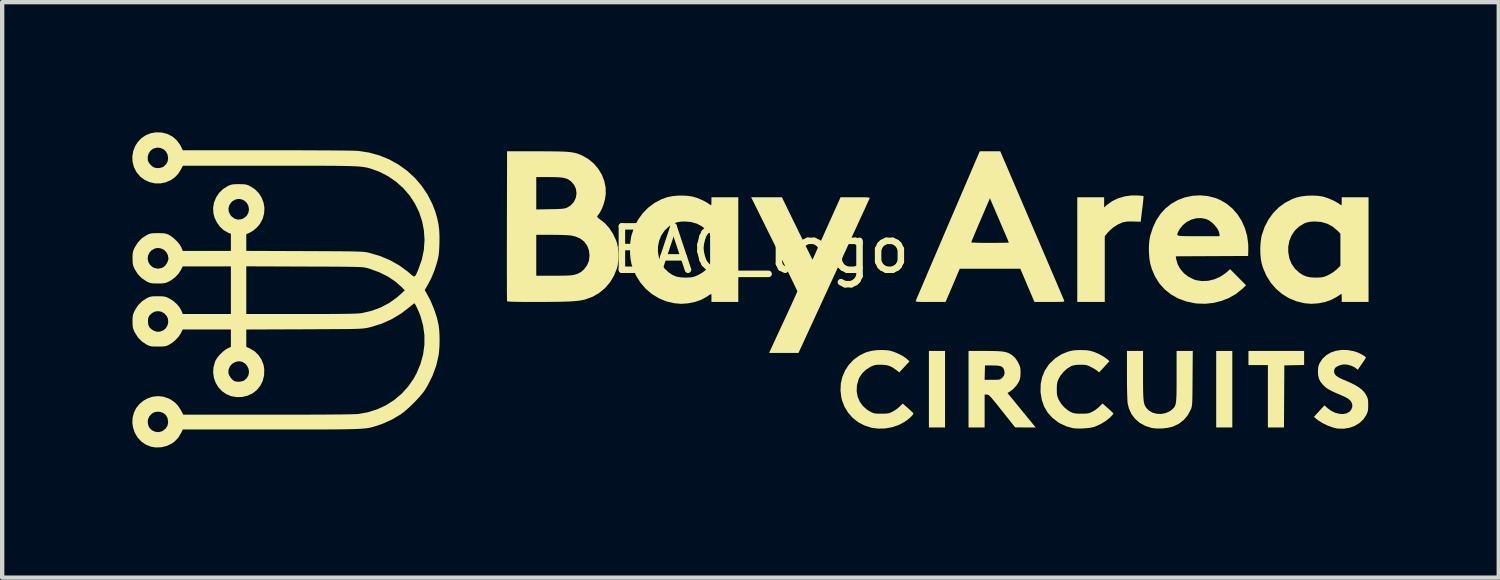
<source format=kicad_pcb>
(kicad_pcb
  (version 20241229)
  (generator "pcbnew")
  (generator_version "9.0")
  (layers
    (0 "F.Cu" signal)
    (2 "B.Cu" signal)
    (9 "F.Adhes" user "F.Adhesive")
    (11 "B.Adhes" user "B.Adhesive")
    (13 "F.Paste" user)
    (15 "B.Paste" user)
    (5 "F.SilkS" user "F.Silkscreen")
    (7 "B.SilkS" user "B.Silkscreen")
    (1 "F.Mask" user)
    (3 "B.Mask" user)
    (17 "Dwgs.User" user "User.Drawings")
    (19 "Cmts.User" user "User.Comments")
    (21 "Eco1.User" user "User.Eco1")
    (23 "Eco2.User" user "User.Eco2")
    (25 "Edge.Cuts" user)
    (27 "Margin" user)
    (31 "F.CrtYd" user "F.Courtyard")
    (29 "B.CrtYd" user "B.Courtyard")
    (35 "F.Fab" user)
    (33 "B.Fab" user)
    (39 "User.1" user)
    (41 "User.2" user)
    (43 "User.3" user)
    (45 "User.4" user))
  (footprint "BAC_logo"
    (layer "F.Cu")
    (at 14.473 3.212)
    (property "Reference" "BAC_logo" (at 0 -0.5 0) (unlocked yes) (layer "F.SilkS") (effects (font (size 1 1) (thickness 0.15))))
    (attr smd board_only exclude_from_pos_files exclude_from_bom)
    (fp_poly (pts (xy 4.257 3.589) (xy 3.885 3.589) (xy 3.885 1.826) (xy 4.257 1.826)) (stroke (width 0) (type solid)) (fill yes) (layer "F.SilkS"))
    (fp_poly (pts (xy 10.877 3.589) (xy 10.506 3.589) (xy 10.506 1.826) (xy 10.877 1.826)) (stroke (width 0) (type solid)) (fill yes) (layer "F.SilkS"))
    (fp_poly (pts (xy 12.532 2.15) (xy 12.304 2.154) (xy 12.076 2.159) (xy 12.072 2.874) (xy 12.068 3.589) (xy 11.697 3.589) (xy 11.697 2.151) (xy 11.249 2.151) (xy 11.249 1.826) (xy 12.532 1.826)) (stroke (width 0) (type solid)) (fill yes) (layer "F.SilkS"))
    (fp_poly (pts (xy 8.748 -1.753) (xy 8.797 -1.748) (xy 8.826 -1.744) (xy 8.83 -1.742) (xy 8.831 -1.725) (xy 8.828 -1.682) (xy 8.822 -1.619) (xy 8.813 -1.539) (xy 8.802 -1.448) (xy 8.801 -1.443) (xy 8.765 -1.152) (xy 8.599 -1.157) (xy 8.51 -1.158) (xy 8.441 -1.155) (xy 8.384 -1.145) (xy 8.344 -1.135) (xy 8.243 -1.091) (xy 8.141 -1.026) (xy 8.049 -0.948) (xy 8.004 -0.899) (xy 7.938 -0.818) (xy 7.938 0.697) (xy 7.304 0.697) (xy 7.304 -1.716) (xy 7.923 -1.716) (xy 7.923 -1.482) (xy 7.995 -1.546) (xy 8.109 -1.627) (xy 8.244 -1.691) (xy 8.393 -1.735) (xy 8.549 -1.758) (xy 8.686 -1.758)) (stroke (width 0) (type solid)) (fill yes) (layer "F.SilkS"))
    (fp_poly (pts (xy 0.717 -1.264) (xy 0.779 -1.138) (xy 0.843 -1.007) (xy 0.906 -0.877) (xy 0.966 -0.754) (xy 1.02 -0.645) (xy 1.063 -0.557) (xy 1.07 -0.544) (xy 1.202 -0.276) (xy 1.525 -0.996) (xy 1.849 -1.716) (xy 2.188 -1.716) (xy 2.299 -1.716) (xy 2.383 -1.716) (xy 2.442 -1.714) (xy 2.482 -1.712) (xy 2.506 -1.708) (xy 2.517 -1.702) (xy 2.519 -1.695) (xy 2.517 -1.689) (xy 2.509 -1.672) (xy 2.49 -1.629) (xy 2.458 -1.56) (xy 2.417 -1.469) (xy 2.365 -1.357) (xy 2.304 -1.225) (xy 2.236 -1.075) (xy 2.159 -0.909) (xy 2.076 -0.728) (xy 1.988 -0.535) (xy 1.894 -0.331) (xy 1.796 -0.118) (xy 1.694 0.103) (xy 1.693 0.105) (xy 0.879 1.872) (xy 0.203 1.872) (xy 0.225 1.822) (xy 0.236 1.798) (xy 0.258 1.749) (xy 0.291 1.678) (xy 0.333 1.588) (xy 0.382 1.482) (xy 0.437 1.363) (xy 0.496 1.235) (xy 0.55 1.119) (xy 0.612 0.986) (xy 0.669 0.862) (xy 0.721 0.749) (xy 0.766 0.65) (xy 0.803 0.567) (xy 0.831 0.505) (xy 0.848 0.465) (xy 0.853 0.451) (xy 0.847 0.435) (xy 0.827 0.394) (xy 0.796 0.329) (xy 0.755 0.243) (xy 0.703 0.137) (xy 0.644 0.015) (xy 0.576 -0.122) (xy 0.503 -0.272) (xy 0.424 -0.432) (xy 0.34 -0.601) (xy 0.321 -0.64) (xy -0.212 -1.716) (xy 0.497 -1.716)) (stroke (width 0) (type solid)) (fill yes) (layer "F.SilkS"))
    (fp_poly (pts (xy 8.82 2.388) (xy 8.82 2.548) (xy 8.821 2.68) (xy 8.823 2.787) (xy 8.826 2.874) (xy 8.831 2.943) (xy 8.838 2.997) (xy 8.847 3.039) (xy 8.858 3.074) (xy 8.873 3.104) (xy 8.891 3.132) (xy 8.896 3.14) (xy 8.96 3.204) (xy 9.042 3.249) (xy 9.136 3.274) (xy 9.235 3.278) (xy 9.333 3.261) (xy 9.424 3.222) (xy 9.481 3.182) (xy 9.508 3.157) (xy 9.53 3.135) (xy 9.548 3.11) (xy 9.562 3.08) (xy 9.573 3.042) (xy 9.581 2.993) (xy 9.586 2.929) (xy 9.59 2.848) (xy 9.592 2.746) (xy 9.593 2.62) (xy 9.593 2.468) (xy 9.593 2.418) (xy 9.593 1.826) (xy 9.966 1.826) (xy 9.961 2.456) (xy 9.96 2.613) (xy 9.959 2.741) (xy 9.958 2.845) (xy 9.956 2.928) (xy 9.954 2.993) (xy 9.951 3.043) (xy 9.947 3.081) (xy 9.942 3.11) (xy 9.936 3.135) (xy 9.928 3.157) (xy 9.921 3.175) (xy 9.853 3.304) (xy 9.762 3.413) (xy 9.65 3.501) (xy 9.52 3.564) (xy 9.488 3.575) (xy 9.386 3.598) (xy 9.27 3.612) (xy 9.153 3.614) (xy 9.047 3.605) (xy 9.011 3.598) (xy 8.866 3.551) (xy 8.74 3.481) (xy 8.635 3.389) (xy 8.552 3.278) (xy 8.494 3.15) (xy 8.465 3.033) (xy 8.461 2.993) (xy 8.458 2.927) (xy 8.455 2.839) (xy 8.452 2.732) (xy 8.45 2.612) (xy 8.449 2.482) (xy 8.449 2.379) (xy 8.449 1.826) (xy 8.82 1.826)) (stroke (width 0) (type solid)) (fill yes) (layer "F.SilkS"))
    (fp_poly (pts (xy 5.321 1.827) (xy 5.435 1.829) (xy 5.527 1.834) (xy 5.6 1.842) (xy 5.659 1.854) (xy 5.709 1.87) (xy 5.753 1.892) (xy 5.795 1.919) (xy 5.813 1.932) (xy 5.872 1.986) (xy 5.921 2.056) (xy 5.943 2.096) (xy 5.971 2.154) (xy 5.987 2.201) (xy 5.995 2.249) (xy 5.997 2.313) (xy 5.997 2.327) (xy 5.993 2.408) (xy 5.983 2.47) (xy 5.964 2.523) (xy 5.904 2.621) (xy 5.823 2.708) (xy 5.762 2.754) (xy 5.696 2.796) (xy 5.778 2.895) (xy 5.811 2.935) (xy 5.86 2.995) (xy 5.92 3.069) (xy 5.988 3.152) (xy 6.06 3.241) (xy 6.102 3.292) (xy 6.345 3.589) (xy 6.109 3.589) (xy 5.873 3.588) (xy 5.572 3.21) (xy 5.488 3.104) (xy 5.421 3.02) (xy 5.367 2.955) (xy 5.327 2.907) (xy 5.295 2.873) (xy 5.272 2.851) (xy 5.253 2.839) (xy 5.238 2.833) (xy 5.222 2.831) (xy 5.221 2.831) (xy 5.169 2.831) (xy 5.169 3.589) (xy 4.798 3.589) (xy 4.798 2.491) (xy 5.168 2.491) (xy 5.345 2.491) (xy 5.423 2.491) (xy 5.476 2.489) (xy 5.512 2.484) (xy 5.537 2.475) (xy 5.558 2.461) (xy 5.57 2.451) (xy 5.613 2.397) (xy 5.63 2.331) (xy 5.619 2.262) (xy 5.617 2.258) (xy 5.597 2.219) (xy 5.57 2.192) (xy 5.531 2.175) (xy 5.474 2.165) (xy 5.394 2.161) (xy 5.35 2.16) (xy 5.177 2.159) (xy 5.173 2.325) (xy 5.168 2.491) (xy 4.798 2.491) (xy 4.798 1.826) (xy 5.18 1.826)) (stroke (width 0) (type solid)) (fill yes) (layer "F.SilkS"))
    (fp_poly (pts (xy 2.933 1.811) (xy 3.004 1.824) (xy 3.094 1.853) (xy 3.19 1.894) (xy 3.28 1.941) (xy 3.353 1.991) (xy 3.372 2.007) (xy 3.437 2.066) (xy 3.203 2.32) (xy 3.13 2.264) (xy 3.049 2.207) (xy 2.974 2.171) (xy 2.896 2.151) (xy 2.801 2.144) (xy 2.779 2.144) (xy 2.708 2.144) (xy 2.657 2.149) (xy 2.614 2.16) (xy 2.567 2.179) (xy 2.536 2.194) (xy 2.432 2.26) (xy 2.344 2.345) (xy 2.28 2.444) (xy 2.262 2.486) (xy 2.226 2.62) (xy 2.22 2.751) (xy 2.241 2.875) (xy 2.289 2.991) (xy 2.362 3.093) (xy 2.459 3.18) (xy 2.531 3.223) (xy 2.576 3.246) (xy 2.613 3.26) (xy 2.653 3.268) (xy 2.704 3.271) (xy 2.775 3.272) (xy 2.787 3.272) (xy 2.865 3.271) (xy 2.92 3.268) (xy 2.964 3.26) (xy 3.005 3.246) (xy 3.037 3.231) (xy 3.096 3.197) (xy 3.16 3.152) (xy 3.203 3.114) (xy 3.282 3.039) (xy 3.402 3.144) (xy 3.452 3.189) (xy 3.493 3.228) (xy 3.52 3.254) (xy 3.526 3.263) (xy 3.52 3.286) (xy 3.492 3.322) (xy 3.448 3.365) (xy 3.393 3.411) (xy 3.332 3.455) (xy 3.33 3.457) (xy 3.193 3.531) (xy 3.04 3.583) (xy 2.878 3.612) (xy 2.715 3.616) (xy 2.563 3.596) (xy 2.402 3.545) (xy 2.258 3.47) (xy 2.131 3.371) (xy 2.025 3.252) (xy 1.941 3.115) (xy 1.882 2.962) (xy 1.867 2.901) (xy 1.847 2.735) (xy 1.855 2.574) (xy 1.891 2.421) (xy 1.953 2.277) (xy 2.038 2.147) (xy 2.145 2.033) (xy 2.272 1.938) (xy 2.418 1.865) (xy 2.47 1.847) (xy 2.574 1.822) (xy 2.694 1.807) (xy 2.818 1.804)) (stroke (width 0) (type solid)) (fill yes) (layer "F.SilkS"))
    (fp_poly (pts (xy 10.315 -1.743) (xy 10.487 -1.699) (xy 10.591 -1.656) (xy 10.744 -1.568) (xy 10.88 -1.455) (xy 10.997 -1.322) (xy 11.094 -1.17) (xy 11.168 -1.003) (xy 11.219 -0.824) (xy 11.244 -0.636) (xy 11.246 -0.502) (xy 11.241 -0.363) (xy 10.407 -0.359) (xy 9.574 -0.355) (xy 9.584 -0.289) (xy 9.618 -0.171) (xy 9.679 -0.062) (xy 9.762 0.035) (xy 9.864 0.115) (xy 9.982 0.174) (xy 10.047 0.196) (xy 10.181 0.216) (xy 10.321 0.209) (xy 10.46 0.176) (xy 10.593 0.119) (xy 10.714 0.039) (xy 10.748 0.011) (xy 10.826 -0.059) (xy 11.194 0.312) (xy 11.099 0.402) (xy 10.959 0.514) (xy 10.8 0.605) (xy 10.627 0.673) (xy 10.443 0.719) (xy 10.253 0.739) (xy 10.063 0.733) (xy 10.008 0.726) (xy 9.81 0.683) (xy 9.628 0.616) (xy 9.465 0.524) (xy 9.322 0.41) (xy 9.2 0.275) (xy 9.101 0.12) (xy 9.025 -0.054) (xy 8.988 -0.177) (xy 8.967 -0.297) (xy 8.956 -0.431) (xy 8.954 -0.569) (xy 8.963 -0.7) (xy 8.982 -0.815) (xy 8.987 -0.835) (xy 8.995 -0.858) (xy 9.608 -0.858) (xy 9.614 -0.844) (xy 9.632 -0.833) (xy 9.665 -0.826) (xy 9.717 -0.822) (xy 9.789 -0.82) (xy 9.886 -0.819) (xy 10.008 -0.819) (xy 10.096 -0.819) (xy 10.583 -0.819) (xy 10.583 -0.854) (xy 10.57 -0.92) (xy 10.533 -0.992) (xy 10.479 -1.064) (xy 10.413 -1.129) (xy 10.341 -1.182) (xy 10.272 -1.215) (xy 10.159 -1.236) (xy 10.044 -1.231) (xy 9.931 -1.2) (xy 9.826 -1.147) (xy 9.735 -1.073) (xy 9.663 -0.982) (xy 9.638 -0.935) (xy 9.623 -0.904) (xy 9.612 -0.878) (xy 9.608 -0.858) (xy 8.995 -0.858) (xy 9.05 -1.026) (xy 9.129 -1.194) (xy 9.228 -1.34) (xy 9.331 -1.453) (xy 9.469 -1.565) (xy 9.622 -1.652) (xy 9.788 -1.714) (xy 9.961 -1.75) (xy 10.138 -1.76)) (stroke (width 0) (type solid)) (fill yes) (layer "F.SilkS"))
    (fp_poly (pts (xy 6.262 -1.067) (xy 6.356 -0.848) (xy 6.446 -0.637) (xy 6.532 -0.436) (xy 6.614 -0.246) (xy 6.689 -0.069) (xy 6.759 0.094) (xy 6.821 0.24) (xy 6.876 0.368) (xy 6.921 0.475) (xy 6.958 0.561) (xy 6.984 0.623) (xy 7 0.66) (xy 7.003 0.67) (xy 7.004 0.678) (xy 6.999 0.685) (xy 6.982 0.69) (xy 6.952 0.693) (xy 6.904 0.695) (xy 6.834 0.696) (xy 6.74 0.697) (xy 6.664 0.697) (xy 6.317 0.697) (xy 6.154 0.314) (xy 5.991 -0.069) (xy 4.596 -0.069) (xy 4.433 0.314) (xy 4.269 0.697) (xy 3.921 0.697) (xy 3.809 0.697) (xy 3.724 0.696) (xy 3.663 0.695) (xy 3.621 0.692) (xy 3.596 0.688) (xy 3.584 0.683) (xy 3.581 0.675) (xy 3.583 0.67) (xy 3.59 0.652) (xy 3.608 0.608) (xy 3.637 0.539) (xy 3.677 0.447) (xy 3.725 0.334) (xy 3.782 0.201) (xy 3.846 0.05) (xy 3.917 -0.117) (xy 3.995 -0.298) (xy 4.078 -0.492) (xy 4.157 -0.676) (xy 4.86 -0.676) (xy 4.875 -0.673) (xy 4.917 -0.671) (xy 4.981 -0.668) (xy 5.066 -0.666) (xy 5.165 -0.665) (xy 5.276 -0.665) (xy 5.293 -0.665) (xy 5.405 -0.665) (xy 5.507 -0.666) (xy 5.593 -0.667) (xy 5.661 -0.668) (xy 5.707 -0.67) (xy 5.726 -0.672) (xy 5.726 -0.672) (xy 5.72 -0.688) (xy 5.704 -0.728) (xy 5.678 -0.79) (xy 5.644 -0.87) (xy 5.603 -0.965) (xy 5.558 -1.071) (xy 5.531 -1.132) (xy 5.483 -1.246) (xy 5.437 -1.352) (xy 5.396 -1.447) (xy 5.361 -1.528) (xy 5.335 -1.59) (xy 5.318 -1.63) (xy 5.314 -1.639) (xy 5.291 -1.693) (xy 5.076 -1.191) (xy 5.025 -1.074) (xy 4.98 -0.966) (xy 4.939 -0.87) (xy 4.906 -0.79) (xy 4.88 -0.729) (xy 4.865 -0.69) (xy 4.86 -0.676) (xy 4.157 -0.676) (xy 4.165 -0.696) (xy 4.256 -0.909) (xy 4.324 -1.067) (xy 5.057 -2.776) (xy 5.529 -2.776)) (stroke (width 0) (type solid)) (fill yes) (layer "F.SilkS"))
    (fp_poly (pts (xy -1.667 -1.748) (xy -1.562 -1.732) (xy -1.544 -1.727) (xy -1.456 -1.699) (xy -1.363 -1.661) (xy -1.278 -1.62) (xy -1.209 -1.58) (xy -1.194 -1.569) (xy -1.16 -1.545) (xy -1.138 -1.532) (xy -1.135 -1.531) (xy -1.131 -1.545) (xy -1.128 -1.581) (xy -1.127 -1.624) (xy -1.127 -1.716) (xy -0.508 -1.716) (xy -0.508 0.697) (xy -1.127 0.697) (xy -1.127 0.604) (xy -1.127 0.555) (xy -1.13 0.521) (xy -1.132 0.511) (xy -1.147 0.519) (xy -1.181 0.54) (xy -1.227 0.571) (xy -1.241 0.58) (xy -1.367 0.648) (xy -1.512 0.699) (xy -1.667 0.729) (xy -1.826 0.74) (xy -1.98 0.727) (xy -2.168 0.683) (xy -2.341 0.611) (xy -2.5 0.514) (xy -2.641 0.394) (xy -2.763 0.252) (xy -2.864 0.091) (xy -2.941 -0.088) (xy -2.971 -0.184) (xy -2.99 -0.288) (xy -3.002 -0.411) (xy -3.002 -0.456) (xy -2.36 -0.456) (xy -2.335 -0.311) (xy -2.284 -0.183) (xy -2.206 -0.071) (xy -2.108 0.02) (xy -2.024 0.075) (xy -1.939 0.111) (xy -1.844 0.13) (xy -1.731 0.136) (xy -1.707 0.135) (xy -1.632 0.133) (xy -1.577 0.127) (xy -1.531 0.116) (xy -1.482 0.098) (xy -1.432 0.075) (xy -1.331 0.017) (xy -1.246 -0.049) (xy -1.235 -0.06) (xy -1.158 -0.137) (xy -1.158 -0.877) (xy -1.22 -0.942) (xy -1.334 -1.038) (xy -1.46 -1.106) (xy -1.599 -1.146) (xy -1.75 -1.158) (xy -1.773 -1.157) (xy -1.854 -1.151) (xy -1.918 -1.139) (xy -1.975 -1.12) (xy -1.996 -1.11) (xy -2.111 -1.04) (xy -2.207 -0.948) (xy -2.282 -0.838) (xy -2.333 -0.712) (xy -2.359 -0.576) (xy -2.36 -0.456) (xy -3.002 -0.456) (xy -3.004 -0.543) (xy -2.997 -0.673) (xy -2.981 -0.79) (xy -2.969 -0.842) (xy -2.906 -1.028) (xy -2.818 -1.198) (xy -2.709 -1.349) (xy -2.579 -1.481) (xy -2.432 -1.589) (xy -2.269 -1.674) (xy -2.14 -1.719) (xy -2.035 -1.74) (xy -1.914 -1.753) (xy -1.788 -1.755)) (stroke (width 0) (type solid)) (fill yes) (layer "F.SilkS"))
    (fp_poly (pts (xy 12.841 -1.75) (xy 12.949 -1.735) (xy 12.981 -1.727) (xy 13.07 -1.699) (xy 13.162 -1.661) (xy 13.248 -1.62) (xy 13.316 -1.58) (xy 13.332 -1.569) (xy 13.365 -1.545) (xy 13.387 -1.532) (xy 13.39 -1.531) (xy 13.395 -1.545) (xy 13.398 -1.581) (xy 13.399 -1.624) (xy 13.399 -1.716) (xy 14.017 -1.716) (xy 14.017 0.697) (xy 13.399 0.697) (xy 13.399 0.604) (xy 13.398 0.555) (xy 13.396 0.521) (xy 13.393 0.511) (xy 13.378 0.519) (xy 13.345 0.54) (xy 13.298 0.571) (xy 13.284 0.58) (xy 13.158 0.648) (xy 13.014 0.699) (xy 12.858 0.729) (xy 12.699 0.74) (xy 12.545 0.727) (xy 12.358 0.683) (xy 12.184 0.611) (xy 12.025 0.514) (xy 11.884 0.394) (xy 11.762 0.252) (xy 11.662 0.091) (xy 11.584 -0.088) (xy 11.555 -0.184) (xy 11.535 -0.288) (xy 11.524 -0.412) (xy 11.523 -0.456) (xy 12.166 -0.456) (xy 12.191 -0.311) (xy 12.242 -0.183) (xy 12.319 -0.071) (xy 12.417 0.02) (xy 12.501 0.075) (xy 12.587 0.111) (xy 12.681 0.13) (xy 12.794 0.136) (xy 12.819 0.135) (xy 12.893 0.133) (xy 12.948 0.127) (xy 12.995 0.116) (xy 13.043 0.098) (xy 13.093 0.075) (xy 13.194 0.017) (xy 13.279 -0.049) (xy 13.29 -0.06) (xy 13.368 -0.137) (xy 13.368 -0.877) (xy 13.305 -0.942) (xy 13.192 -1.038) (xy 13.065 -1.106) (xy 12.926 -1.146) (xy 12.775 -1.158) (xy 12.753 -1.157) (xy 12.671 -1.151) (xy 12.608 -1.139) (xy 12.55 -1.12) (xy 12.529 -1.11) (xy 12.414 -1.04) (xy 12.318 -0.948) (xy 12.244 -0.838) (xy 12.192 -0.712) (xy 12.166 -0.576) (xy 12.166 -0.456) (xy 11.523 -0.456) (xy 11.522 -0.544) (xy 11.529 -0.673) (xy 11.545 -0.79) (xy 11.556 -0.841) (xy 11.621 -1.031) (xy 11.71 -1.203) (xy 11.821 -1.355) (xy 11.951 -1.486) (xy 12.101 -1.594) (xy 12.267 -1.678) (xy 12.37 -1.714) (xy 12.473 -1.737) (xy 12.593 -1.751) (xy 12.719 -1.755)) (stroke (width 0) (type solid)) (fill yes) (layer "F.SilkS"))
    (fp_poly (pts (xy 7.468 1.807) (xy 7.535 1.812) (xy 7.593 1.821) (xy 7.652 1.837) (xy 7.683 1.847) (xy 7.793 1.891) (xy 7.901 1.95) (xy 7.994 2.016) (xy 8.011 2.031) (xy 8.045 2.062) (xy 7.808 2.32) (xy 7.761 2.281) (xy 7.723 2.254) (xy 7.668 2.222) (xy 7.613 2.193) (xy 7.561 2.168) (xy 7.517 2.153) (xy 7.471 2.146) (xy 7.411 2.144) (xy 7.374 2.144) (xy 7.294 2.146) (xy 7.235 2.154) (xy 7.185 2.168) (xy 7.16 2.178) (xy 7.072 2.232) (xy 6.988 2.307) (xy 6.917 2.394) (xy 6.877 2.464) (xy 6.855 2.515) (xy 6.842 2.56) (xy 6.835 2.61) (xy 6.832 2.675) (xy 6.832 2.708) (xy 6.833 2.782) (xy 6.838 2.836) (xy 6.849 2.882) (xy 6.867 2.929) (xy 6.877 2.951) (xy 6.931 3.042) (xy 7.006 3.127) (xy 7.093 3.198) (xy 7.16 3.237) (xy 7.202 3.254) (xy 7.246 3.264) (xy 7.301 3.27) (xy 7.376 3.272) (xy 7.397 3.272) (xy 7.473 3.271) (xy 7.527 3.268) (xy 7.569 3.261) (xy 7.608 3.247) (xy 7.649 3.228) (xy 7.711 3.192) (xy 7.775 3.144) (xy 7.812 3.11) (xy 7.886 3.037) (xy 8.009 3.145) (xy 8.06 3.191) (xy 8.102 3.23) (xy 8.129 3.257) (xy 8.137 3.267) (xy 8.129 3.283) (xy 8.103 3.314) (xy 8.065 3.354) (xy 8.055 3.363) (xy 7.958 3.442) (xy 7.841 3.512) (xy 7.718 3.567) (xy 7.675 3.581) (xy 7.607 3.596) (xy 7.518 3.606) (xy 7.42 3.613) (xy 7.324 3.614) (xy 7.24 3.61) (xy 7.201 3.604) (xy 7.052 3.563) (xy 6.907 3.496) (xy 6.859 3.467) (xy 6.728 3.365) (xy 6.621 3.246) (xy 6.541 3.11) (xy 6.487 2.957) (xy 6.459 2.788) (xy 6.457 2.76) (xy 6.461 2.589) (xy 6.494 2.429) (xy 6.554 2.282) (xy 6.642 2.148) (xy 6.683 2.101) (xy 6.806 1.988) (xy 6.943 1.902) (xy 7.078 1.847) (xy 7.142 1.828) (xy 7.2 1.816) (xy 7.261 1.809) (xy 7.338 1.806) (xy 7.381 1.806)) (stroke (width 0) (type solid)) (fill yes) (layer "F.SilkS"))
    (fp_poly (pts (xy 13.542 1.806) (xy 13.685 1.834) (xy 13.714 1.843) (xy 13.77 1.863) (xy 13.828 1.89) (xy 13.883 1.92) (xy 13.927 1.948) (xy 13.952 1.97) (xy 13.956 1.978) (xy 13.947 1.995) (xy 13.925 2.032) (xy 13.891 2.082) (xy 13.861 2.126) (xy 13.767 2.261) (xy 13.732 2.229) (xy 13.68 2.194) (xy 13.61 2.164) (xy 13.534 2.143) (xy 13.464 2.136) (xy 13.395 2.144) (xy 13.327 2.166) (xy 13.27 2.197) (xy 13.245 2.219) (xy 13.229 2.253) (xy 13.222 2.298) (xy 13.222 2.301) (xy 13.232 2.348) (xy 13.262 2.39) (xy 13.317 2.431) (xy 13.398 2.472) (xy 13.439 2.489) (xy 13.581 2.55) (xy 13.696 2.606) (xy 13.788 2.661) (xy 13.86 2.716) (xy 13.916 2.774) (xy 13.959 2.837) (xy 13.967 2.853) (xy 13.988 2.897) (xy 14.001 2.939) (xy 14.007 2.989) (xy 14.009 3.057) (xy 14.009 3.071) (xy 14.008 3.143) (xy 14.003 3.196) (xy 13.992 3.239) (xy 13.973 3.285) (xy 13.967 3.298) (xy 13.9 3.4) (xy 13.81 3.485) (xy 13.703 3.551) (xy 13.581 3.596) (xy 13.449 3.618) (xy 13.311 3.615) (xy 13.275 3.61) (xy 13.179 3.585) (xy 13.072 3.545) (xy 12.965 3.493) (xy 12.871 3.436) (xy 12.82 3.397) (xy 12.759 3.345) (xy 12.88 3.212) (xy 13.001 3.08) (xy 13.077 3.148) (xy 13.159 3.208) (xy 13.248 3.251) (xy 13.339 3.274) (xy 13.426 3.28) (xy 13.506 3.266) (xy 13.571 3.232) (xy 13.615 3.184) (xy 13.643 3.114) (xy 13.64 3.046) (xy 13.609 2.983) (xy 13.55 2.928) (xy 13.53 2.916) (xy 13.486 2.893) (xy 13.423 2.863) (xy 13.351 2.83) (xy 13.302 2.81) (xy 13.199 2.765) (xy 13.12 2.725) (xy 13.057 2.687) (xy 13.005 2.645) (xy 12.96 2.6) (xy 12.905 2.53) (xy 12.872 2.461) (xy 12.855 2.382) (xy 12.851 2.305) (xy 12.853 2.235) (xy 12.861 2.182) (xy 12.879 2.13) (xy 12.893 2.101) (xy 12.958 2.003) (xy 13.045 1.922) (xy 13.15 1.861) (xy 13.271 1.821) (xy 13.403 1.802)) (stroke (width 0) (type solid)) (fill yes) (layer "F.SilkS"))
    (fp_poly (pts (xy -5.149 -2.776) (xy -4.963 -2.775) (xy -4.805 -2.774) (xy -4.672 -2.772) (xy -4.56 -2.769) (xy -4.467 -2.764) (xy -4.389 -2.757) (xy -4.324 -2.748) (xy -4.268 -2.737) (xy -4.217 -2.723) (xy -4.17 -2.705) (xy -4.122 -2.685) (xy -4.104 -2.677) (xy -3.962 -2.595) (xy -3.838 -2.492) (xy -3.735 -2.371) (xy -3.654 -2.238) (xy -3.597 -2.093) (xy -3.566 -1.942) (xy -3.563 -1.788) (xy -3.578 -1.68) (xy -3.608 -1.565) (xy -3.648 -1.459) (xy -3.694 -1.37) (xy -3.715 -1.338) (xy -3.741 -1.303) (xy -3.76 -1.276) (xy -3.761 -1.273) (xy -3.755 -1.255) (xy -3.725 -1.228) (xy -3.695 -1.206) (xy -3.584 -1.119) (xy -3.483 -1.007) (xy -3.397 -0.876) (xy -3.329 -0.732) (xy -3.305 -0.665) (xy -3.279 -0.544) (xy -3.267 -0.409) (xy -3.271 -0.27) (xy -3.289 -0.14) (xy -3.305 -0.077) (xy -3.373 0.092) (xy -3.464 0.243) (xy -3.578 0.376) (xy -3.711 0.487) (xy -3.861 0.575) (xy -4.026 0.636) (xy -4.048 0.642) (xy -4.101 0.654) (xy -4.161 0.665) (xy -4.229 0.673) (xy -4.31 0.68) (xy -4.405 0.686) (xy -4.518 0.69) (xy -4.651 0.693) (xy -4.807 0.695) (xy -4.99 0.696) (xy -5.145 0.696) (xy -5.316 0.696) (xy -5.459 0.696) (xy -5.575 0.695) (xy -5.666 0.693) (xy -5.736 0.691) (xy -5.785 0.688) (xy -5.817 0.685) (xy -5.834 0.68) (xy -5.837 0.677) (xy -5.838 0.66) (xy -5.839 0.613) (xy -5.84 0.539) (xy -5.841 0.441) (xy -5.841 0.319) (xy -5.841 0.177) (xy -5.842 0.015) (xy -5.842 -0.163) (xy -5.842 -0.357) (xy -5.842 -0.563) (xy -5.841 -0.78) (xy -5.841 -0.85) (xy -5.164 -0.85) (xy -5.164 0.093) (xy -4.766 0.093) (xy -4.62 0.092) (xy -4.504 0.09) (xy -4.413 0.087) (xy -4.346 0.082) (xy -4.299 0.075) (xy -4.29 0.072) (xy -4.203 0.044) (xy -4.135 0.007) (xy -4.073 -0.046) (xy -4.063 -0.056) (xy -3.993 -0.148) (xy -3.951 -0.25) (xy -3.937 -0.366) (xy -3.937 -0.378) (xy -3.952 -0.499) (xy -3.993 -0.604) (xy -4.059 -0.692) (xy -4.148 -0.762) (xy -4.26 -0.811) (xy -4.36 -0.834) (xy -4.405 -0.839) (xy -4.475 -0.843) (xy -4.564 -0.846) (xy -4.665 -0.849) (xy -4.773 -0.85) (xy -4.812 -0.85) (xy -5.164 -0.85) (xy -5.841 -0.85) (xy -5.841 -1.007) (xy -5.841 -1.059) (xy -5.84 -1.435) (xy -5.164 -1.435) (xy -4.843 -1.441) (xy -4.729 -1.443) (xy -4.642 -1.446) (xy -4.577 -1.45) (xy -4.529 -1.456) (xy -4.493 -1.463) (xy -4.465 -1.472) (xy -4.46 -1.474) (xy -4.369 -1.53) (xy -4.3 -1.605) (xy -4.255 -1.696) (xy -4.237 -1.797) (xy -4.237 -1.809) (xy -4.25 -1.911) (xy -4.291 -2) (xy -4.356 -2.075) (xy -4.398 -2.109) (xy -4.441 -2.134) (xy -4.492 -2.153) (xy -4.554 -2.167) (xy -4.633 -2.175) (xy -4.733 -2.179) (xy -4.858 -2.181) (xy -4.873 -2.181) (xy -5.164 -2.181) (xy -5.164 -1.435) (xy -5.84 -1.435) (xy -5.837 -2.776)) (stroke (width 0) (type solid)) (fill yes) (layer "F.SilkS"))
    (fp_poly (pts (xy -13.795 -3.208) (xy -13.667 -3.176) (xy -13.553 -3.118) (xy -13.454 -3.034) (xy -13.374 -2.927) (xy -13.351 -2.883) (xy -13.31 -2.799) (xy -11.368 -2.799) (xy -11.072 -2.799) (xy -10.795 -2.799) (xy -10.536 -2.798) (xy -10.297 -2.797) (xy -10.079 -2.796) (xy -9.884 -2.795) (xy -9.712 -2.793) (xy -9.566 -2.792) (xy -9.446 -2.79) (xy -9.353 -2.788) (xy -9.289 -2.785) (xy -9.261 -2.784) (xy -9.013 -2.745) (xy -8.775 -2.679) (xy -8.55 -2.586) (xy -8.338 -2.468) (xy -8.142 -2.327) (xy -7.964 -2.165) (xy -7.807 -1.982) (xy -7.671 -1.78) (xy -7.559 -1.562) (xy -7.493 -1.391) (xy -7.45 -1.245) (xy -7.419 -1.105) (xy -7.401 -0.961) (xy -7.394 -0.805) (xy -7.396 -0.65) (xy -7.4 -0.539) (xy -7.406 -0.451) (xy -7.414 -0.378) (xy -7.427 -0.311) (xy -7.442 -0.247) (xy -7.507 -0.038) (xy -7.585 0.152) (xy -7.656 0.286) (xy -7.735 0.424) (xy -7.702 0.479) (xy -7.602 0.665) (xy -7.519 0.862) (xy -7.454 1.058) (xy -7.415 1.229) (xy -7.402 1.334) (xy -7.394 1.459) (xy -7.392 1.594) (xy -7.396 1.728) (xy -7.405 1.85) (xy -7.415 1.928) (xy -7.471 2.168) (xy -7.557 2.402) (xy -7.67 2.627) (xy -7.739 2.739) (xy -7.793 2.811) (xy -7.865 2.895) (xy -7.95 2.986) (xy -8.041 3.077) (xy -8.132 3.162) (xy -8.216 3.234) (xy -8.288 3.288) (xy -8.289 3.288) (xy -8.489 3.406) (xy -8.696 3.5) (xy -8.811 3.541) (xy -8.852 3.554) (xy -8.89 3.566) (xy -8.926 3.577) (xy -8.962 3.586) (xy -8.999 3.595) (xy -9.04 3.602) (xy -9.085 3.609) (xy -9.138 3.614) (xy -9.199 3.619) (xy -9.27 3.623) (xy -9.353 3.626) (xy -9.449 3.629) (xy -9.56 3.631) (xy -9.689 3.633) (xy -9.836 3.634) (xy -10.003 3.635) (xy -10.193 3.635) (xy -10.406 3.636) (xy -10.645 3.636) (xy -10.91 3.636) (xy -11.205 3.636) (xy -11.273 3.636) (xy -13.31 3.636) (xy -13.351 3.719) (xy -13.418 3.829) (xy -13.502 3.916) (xy -13.56 3.958) (xy -13.678 4.015) (xy -13.806 4.046) (xy -13.938 4.05) (xy -14.044 4.032) (xy -14.163 3.985) (xy -14.267 3.913) (xy -14.353 3.819) (xy -14.418 3.708) (xy -14.459 3.583) (xy -14.472 3.495) (xy -14.472 3.479) (xy -14.118 3.479) (xy -14.102 3.552) (xy -14.077 3.6) (xy -14.022 3.654) (xy -13.953 3.687) (xy -13.877 3.697) (xy -13.804 3.683) (xy -13.765 3.663) (xy -13.701 3.61) (xy -13.664 3.551) (xy -13.649 3.481) (xy -13.649 3.458) (xy -13.662 3.372) (xy -13.7 3.304) (xy -13.759 3.255) (xy -13.837 3.229) (xy -13.881 3.226) (xy -13.955 3.235) (xy -14.015 3.264) (xy -14.069 3.318) (xy -14.087 3.343) (xy -14.113 3.406) (xy -14.118 3.479) (xy -14.472 3.479) (xy -14.468 3.367) (xy -14.437 3.249) (xy -14.384 3.142) (xy -14.31 3.051) (xy -14.221 2.975) (xy -14.118 2.918) (xy -14.006 2.881) (xy -13.888 2.867) (xy -13.768 2.878) (xy -13.648 2.916) (xy -13.584 2.949) (xy -13.498 3.009) (xy -13.428 3.079) (xy -13.368 3.168) (xy -13.348 3.203) (xy -13.299 3.295) (xy -11.358 3.295) (xy -11.023 3.295) (xy -10.716 3.295) (xy -10.438 3.294) (xy -10.188 3.293) (xy -9.968 3.292) (xy -9.776 3.29) (xy -9.614 3.289) (xy -9.482 3.287) (xy -9.38 3.284) (xy -9.308 3.282) (xy -9.268 3.279) (xy -9.044 3.239) (xy -8.829 3.171) (xy -8.627 3.077) (xy -8.44 2.958) (xy -8.271 2.816) (xy -8.121 2.652) (xy -7.993 2.469) (xy -7.924 2.344) (xy -7.833 2.127) (xy -7.772 1.907) (xy -7.742 1.685) (xy -7.742 1.463) (xy -7.772 1.242) (xy -7.832 1.024) (xy -7.836 1.014) (xy -7.861 0.95) (xy -7.889 0.884) (xy -7.917 0.823) (xy -7.943 0.772) (xy -7.963 0.738) (xy -7.974 0.728) (xy -7.989 0.737) (xy -8.021 0.762) (xy -8.063 0.797) (xy -8.07 0.803) (xy -8.275 0.961) (xy -8.49 1.091) (xy -8.716 1.194) (xy -8.958 1.27) (xy -9.027 1.287) (xy -9.054 1.293) (xy -9.081 1.298) (xy -9.108 1.303) (xy -9.139 1.307) (xy -9.176 1.31) (xy -9.221 1.313) (xy -9.275 1.316) (xy -9.342 1.318) (xy -9.423 1.32) (xy -9.52 1.321) (xy -9.635 1.322) (xy -9.772 1.323) (xy -9.931 1.324) (xy -10.115 1.325) (xy -10.326 1.326) (xy -10.512 1.327) (xy -11.847 1.332) (xy -11.847 1.731) (xy -11.762 1.77) (xy -11.654 1.835) (xy -11.564 1.923) (xy -11.495 2.029) (xy -11.449 2.148) (xy -11.432 2.253) (xy -11.437 2.392) (xy -11.469 2.519) (xy -11.526 2.632) (xy -11.604 2.727) (xy -11.702 2.803) (xy -11.816 2.857) (xy -11.944 2.887) (xy -12.069 2.89) (xy -12.196 2.868) (xy -12.31 2.82) (xy -12.409 2.751) (xy -12.49 2.663) (xy -12.552 2.561) (xy -12.593 2.447) (xy -12.609 2.337) (xy -12.259 2.337) (xy -12.257 2.345) (xy -12.238 2.395) (xy -12.203 2.448) (xy -12.16 2.495) (xy -12.118 2.523) (xy -12.057 2.536) (xy -11.986 2.534) (xy -11.921 2.518) (xy -11.897 2.507) (xy -11.835 2.453) (xy -11.797 2.385) (xy -11.784 2.31) (xy -11.796 2.234) (xy -11.833 2.162) (xy -11.877 2.115) (xy -11.947 2.074) (xy -12.023 2.063) (xy -12.102 2.081) (xy -12.174 2.123) (xy -12.226 2.184) (xy -12.256 2.257) (xy -12.259 2.337) (xy -12.609 2.337) (xy -12.611 2.326) (xy -12.603 2.201) (xy -12.568 2.076) (xy -12.554 2.043) (xy -12.514 1.979) (xy -12.455 1.909) (xy -12.386 1.843) (xy -12.317 1.79) (xy -12.276 1.767) (xy -12.202 1.733) (xy -12.202 1.331) (xy -13.312 1.331) (xy -13.354 1.415) (xy -13.403 1.492) (xy -13.473 1.569) (xy -13.554 1.638) (xy -13.636 1.688) (xy -13.674 1.705) (xy -13.711 1.716) (xy -13.757 1.722) (xy -13.818 1.725) (xy -13.881 1.725) (xy -13.959 1.725) (xy -14.014 1.722) (xy -14.056 1.715) (xy -14.094 1.703) (xy -14.136 1.684) (xy -14.14 1.682) (xy -14.249 1.611) (xy -14.343 1.516) (xy -14.416 1.399) (xy -14.418 1.396) (xy -14.442 1.344) (xy -14.457 1.302) (xy -14.465 1.257) (xy -14.468 1.201) (xy -14.469 1.145) (xy -14.113 1.145) (xy -14.105 1.224) (xy -14.077 1.284) (xy -14.026 1.332) (xy -13.98 1.359) (xy -13.908 1.384) (xy -13.836 1.381) (xy -13.763 1.353) (xy -13.704 1.306) (xy -13.664 1.242) (xy -13.646 1.167) (xy -13.651 1.09) (xy -13.675 1.03) (xy -13.729 0.965) (xy -13.796 0.925) (xy -13.87 0.909) (xy -13.946 0.917) (xy -14.018 0.951) (xy -14.079 1.01) (xy -14.08 1.011) (xy -14.102 1.051) (xy -14.111 1.103) (xy -14.113 1.145) (xy -14.469 1.145) (xy -14.468 1.073) (xy -14.463 1.021) (xy -14.454 0.978) (xy -14.436 0.934) (xy -14.418 0.895) (xy -14.344 0.777) (xy -14.248 0.68) (xy -14.14 0.61) (xy -14.097 0.59) (xy -14.059 0.577) (xy -14.017 0.569) (xy -13.962 0.566) (xy -13.888 0.565) (xy -13.813 0.566) (xy -13.759 0.569) (xy -13.717 0.577) (xy -13.677 0.59) (xy -13.63 0.612) (xy -13.623 0.616) (xy -13.534 0.67) (xy -13.453 0.741) (xy -13.386 0.82) (xy -13.341 0.9) (xy -13.339 0.905) (xy -13.312 0.975) (xy -12.202 0.975) (xy -12.202 -0.123) (xy -13.312 -0.123) (xy -13.353 -0.04) (xy -13.409 0.046) (xy -13.487 0.128) (xy -13.578 0.197) (xy -13.638 0.23) (xy -13.682 0.249) (xy -13.723 0.261) (xy -13.769 0.268) (xy -13.829 0.271) (xy -13.888 0.271) (xy -13.964 0.27) (xy -14.018 0.267) (xy -14.06 0.26) (xy -14.098 0.246) (xy -14.14 0.226) (xy -14.253 0.152) (xy -14.348 0.054) (xy -14.418 -0.058) (xy -14.442 -0.11) (xy -14.457 -0.153) (xy -14.465 -0.197) (xy -14.468 -0.254) (xy -14.468 -0.294) (xy -14.119 -0.294) (xy -14.104 -0.224) (xy -14.067 -0.16) (xy -14.009 -0.108) (xy -13.958 -0.084) (xy -13.879 -0.07) (xy -13.801 -0.085) (xy -13.757 -0.106) (xy -13.736 -0.124) (xy -11.847 -0.124) (xy -11.847 0.975) (xy -10.582 0.975) (xy -10.345 0.975) (xy -10.137 0.975) (xy -9.955 0.974) (xy -9.799 0.973) (xy -9.665 0.972) (xy -9.551 0.971) (xy -9.456 0.969) (xy -9.378 0.967) (xy -9.314 0.964) (xy -9.262 0.961) (xy -9.221 0.958) (xy -9.187 0.954) (xy -9.177 0.952) (xy -8.959 0.902) (xy -8.75 0.824) (xy -8.554 0.721) (xy -8.376 0.594) (xy -8.299 0.526) (xy -8.194 0.429) (xy -8.261 0.36) (xy -8.408 0.229) (xy -8.579 0.114) (xy -8.774 0.016) (xy -8.988 -0.063) (xy -9.047 -0.081) (xy -9.068 -0.087) (xy -9.089 -0.092) (xy -9.112 -0.096) (xy -9.139 -0.1) (xy -9.173 -0.103) (xy -9.215 -0.106) (xy -9.267 -0.108) (xy -9.332 -0.11) (xy -9.412 -0.112) (xy -9.509 -0.114) (xy -9.624 -0.115) (xy -9.76 -0.116) (xy -9.919 -0.117) (xy -10.104 -0.118) (xy -10.315 -0.118) (xy -10.505 -0.119) (xy -11.847 -0.124) (xy -13.736 -0.124) (xy -13.71 -0.147) (xy -13.67 -0.207) (xy -13.646 -0.271) (xy -13.641 -0.306) (xy -13.655 -0.386) (xy -13.692 -0.454) (xy -13.747 -0.506) (xy -13.816 -0.538) (xy -13.891 -0.548) (xy -13.96 -0.533) (xy -14.033 -0.491) (xy -14.083 -0.434) (xy -14.112 -0.366) (xy -14.119 -0.294) (xy -14.468 -0.294) (xy -14.469 -0.309) (xy -14.468 -0.381) (xy -14.463 -0.433) (xy -14.454 -0.476) (xy -14.436 -0.52) (xy -14.418 -0.56) (xy -14.344 -0.677) (xy -14.252 -0.773) (xy -14.142 -0.844) (xy -14.14 -0.845) (xy -14.097 -0.865) (xy -14.059 -0.878) (xy -14.018 -0.885) (xy -13.964 -0.888) (xy -13.888 -0.889) (xy -13.881 -0.889) (xy -13.801 -0.888) (xy -13.745 -0.885) (xy -13.702 -0.877) (xy -13.664 -0.865) (xy -13.633 -0.851) (xy -13.566 -0.809) (xy -13.496 -0.751) (xy -13.43 -0.685) (xy -13.376 -0.617) (xy -13.341 -0.556) (xy -13.34 -0.552) (xy -13.312 -0.479) (xy -12.202 -0.479) (xy -12.202 -0.873) (xy -12.272 -0.902) (xy -12.368 -0.957) (xy -12.454 -1.037) (xy -12.525 -1.135) (xy -12.578 -1.245) (xy -12.604 -1.341) (xy -12.611 -1.461) (xy -12.258 -1.461) (xy -12.251 -1.384) (xy -12.216 -1.31) (xy -12.181 -1.27) (xy -12.111 -1.22) (xy -12.036 -1.2) (xy -11.956 -1.211) (xy -11.901 -1.236) (xy -11.839 -1.287) (xy -11.799 -1.356) (xy -11.785 -1.433) (xy -11.798 -1.516) (xy -11.833 -1.584) (xy -11.886 -1.635) (xy -11.951 -1.667) (xy -12.022 -1.678) (xy -12.095 -1.665) (xy -12.164 -1.626) (xy -12.186 -1.607) (xy -12.237 -1.537) (xy -12.258 -1.461) (xy -12.611 -1.461) (xy -12.612 -1.468) (xy -12.591 -1.593) (xy -12.544 -1.71) (xy -12.474 -1.816) (xy -12.382 -1.906) (xy -12.272 -1.975) (xy -12.267 -1.977) (xy -12.223 -1.996) (xy -12.182 -2.008) (xy -12.136 -2.015) (xy -12.075 -2.018) (xy -12.017 -2.018) (xy -11.941 -2.017) (xy -11.886 -2.014) (xy -11.844 -2.006) (xy -11.805 -1.993) (xy -11.762 -1.973) (xy -11.65 -1.902) (xy -11.56 -1.812) (xy -11.493 -1.707) (xy -11.449 -1.591) (xy -11.429 -1.469) (xy -11.436 -1.344) (xy -11.469 -1.221) (xy -11.531 -1.104) (xy -11.532 -1.101) (xy -11.601 -1.021) (xy -11.686 -0.948) (xy -11.778 -0.894) (xy -11.791 -0.889) (xy -11.847 -0.865) (xy -11.847 -0.48) (xy -10.505 -0.475) (xy -10.27 -0.474) (xy -10.063 -0.473) (xy -9.884 -0.472) (xy -9.729 -0.471) (xy -9.596 -0.47) (xy -9.484 -0.469) (xy -9.39 -0.467) (xy -9.312 -0.465) (xy -9.248 -0.463) (xy -9.195 -0.461) (xy -9.153 -0.458) (xy -9.118 -0.454) (xy -9.088 -0.45) (xy -9.062 -0.446) (xy -9.037 -0.44) (xy -9.023 -0.437) (xy -8.774 -0.365) (xy -8.54 -0.268) (xy -8.322 -0.146) (xy -8.125 -0.002) (xy -8.068 0.048) (xy -8.026 0.084) (xy -7.996 0.105) (xy -7.973 0.109) (xy -7.952 0.094) (xy -7.929 0.056) (xy -7.901 -0.007) (xy -7.879 -0.06) (xy -7.801 -0.281) (xy -7.755 -0.504) (xy -7.739 -0.729) (xy -7.754 -0.955) (xy -7.794 -1.159) (xy -7.863 -1.37) (xy -7.96 -1.569) (xy -8.081 -1.754) (xy -8.225 -1.922) (xy -8.39 -2.07) (xy -8.573 -2.197) (xy -8.771 -2.3) (xy -8.95 -2.366) (xy -8.985 -2.377) (xy -9.019 -2.387) (xy -9.052 -2.396) (xy -9.088 -2.403) (xy -9.126 -2.41) (xy -9.17 -2.416) (xy -9.22 -2.422) (xy -9.279 -2.426) (xy -9.348 -2.43) (xy -9.43 -2.433) (xy -9.524 -2.436) (xy -9.634 -2.438) (xy -9.761 -2.44) (xy -9.907 -2.441) (xy -10.073 -2.442) (xy -10.261 -2.443) (xy -10.474 -2.443) (xy -10.711 -2.443) (xy -10.976 -2.443) (xy -11.27 -2.443) (xy -11.328 -2.443) (xy -13.308 -2.443) (xy -13.352 -2.359) (xy -13.416 -2.257) (xy -13.492 -2.177) (xy -13.584 -2.112) (xy -13.702 -2.06) (xy -13.825 -2.035) (xy -13.95 -2.036) (xy -14.072 -2.063) (xy -14.186 -2.114) (xy -14.287 -2.188) (xy -14.37 -2.285) (xy -14.38 -2.3) (xy -14.439 -2.417) (xy -14.469 -2.539) (xy -14.473 -2.651) (xy -14.119 -2.651) (xy -14.117 -2.572) (xy -14.115 -2.562) (xy -14.091 -2.511) (xy -14.049 -2.459) (xy -13.999 -2.417) (xy -13.974 -2.403) (xy -13.914 -2.388) (xy -13.844 -2.39) (xy -13.78 -2.408) (xy -13.752 -2.423) (xy -13.693 -2.479) (xy -13.66 -2.54) (xy -13.649 -2.615) (xy -13.649 -2.621) (xy -13.662 -2.704) (xy -13.7 -2.772) (xy -13.756 -2.823) (xy -13.825 -2.853) (xy -13.903 -2.86) (xy -13.983 -2.839) (xy -13.991 -2.836) (xy -14.052 -2.791) (xy -14.096 -2.726) (xy -14.119 -2.651) (xy -14.473 -2.651) (xy -14.473 -2.66) (xy -14.453 -2.779) (xy -14.41 -2.89) (xy -14.347 -2.99) (xy -14.265 -3.076) (xy -14.165 -3.145) (xy -14.05 -3.191) (xy -13.932 -3.212)) (stroke (width 0) (type solid)) (fill yes) (layer "F.SilkS")))
  (gr_rect
    (start -3 -3)
    (end 31.491 10.263)
    (stroke (width 0.1) (type default))
    (fill no)
    (layer "Edge.Cuts")))
</source>
